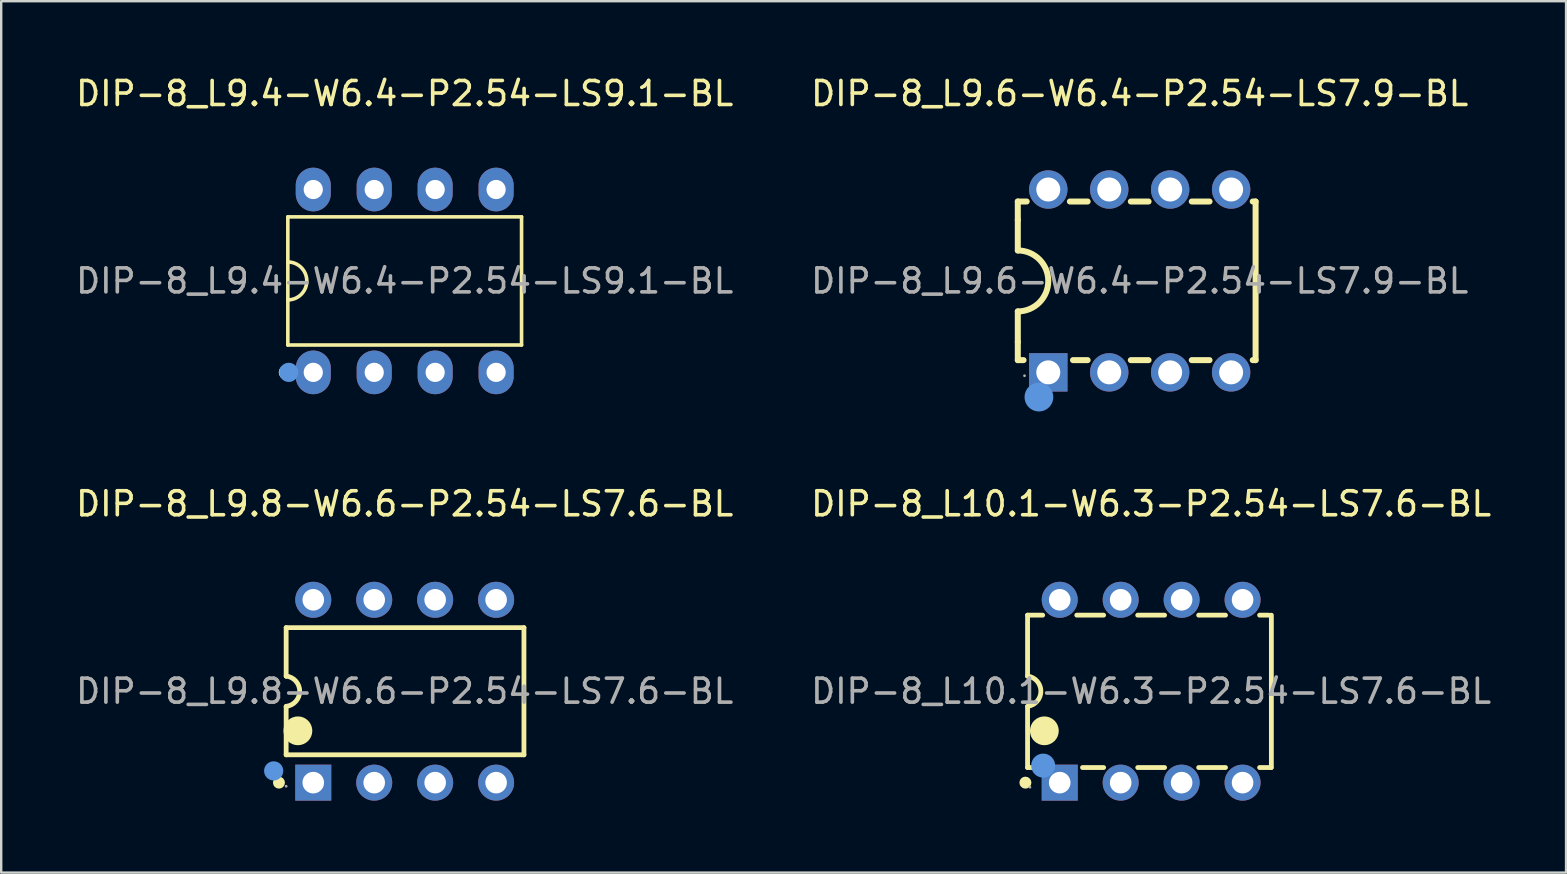
<source format=kicad_pcb>
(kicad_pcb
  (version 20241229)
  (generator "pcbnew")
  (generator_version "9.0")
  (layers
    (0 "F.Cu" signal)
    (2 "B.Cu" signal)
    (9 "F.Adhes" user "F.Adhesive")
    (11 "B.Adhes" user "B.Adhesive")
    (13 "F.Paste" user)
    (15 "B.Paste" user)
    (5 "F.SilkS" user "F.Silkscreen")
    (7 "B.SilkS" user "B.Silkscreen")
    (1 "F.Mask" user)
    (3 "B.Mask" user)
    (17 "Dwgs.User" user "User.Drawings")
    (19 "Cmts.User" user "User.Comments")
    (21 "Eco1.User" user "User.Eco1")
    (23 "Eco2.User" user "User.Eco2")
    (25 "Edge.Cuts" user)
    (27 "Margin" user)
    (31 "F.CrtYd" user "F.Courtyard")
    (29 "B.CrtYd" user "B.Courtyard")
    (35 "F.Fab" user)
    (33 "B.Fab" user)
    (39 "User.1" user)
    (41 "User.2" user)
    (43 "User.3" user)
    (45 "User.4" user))
  (footprint "DIP-8_L9.8-W6.6-P2.54-LS7.6-BL"
    (layer "F.Cu")
    (at 13.815 25.756)
    (property "Reference" "DIP-8_L9.8-W6.6-P2.54-LS7.6-BL" (at 0 -7.81 0) (layer "F.SilkS") (effects (font (size 1 1) (thickness 0.15))))
    (attr through_hole)
    (fp_line (start -4.94 -2.65) (end 4.97 -2.65) (stroke (width 0.2) (type solid)) (layer "F.SilkS"))
    (fp_line (start -4.94 -0.63) (end -4.94 -2.65) (stroke (width 0.2) (type solid)) (layer "F.SilkS"))
    (fp_line (start -4.94 0.64) (end -4.93 0.64) (stroke (width 0.2) (type solid)) (layer "F.SilkS"))
    (fp_line (start -4.94 2.65) (end -4.94 0.64) (stroke (width 0.2) (type solid)) (layer "F.SilkS"))
    (fp_line (start -4.93 -0.64) (end -4.94 -0.63) (stroke (width 0.2) (type solid)) (layer "F.SilkS"))
    (fp_line (start 4.97 -2.65) (end 4.97 2.65) (stroke (width 0.2) (type solid)) (layer "F.SilkS"))
    (fp_line (start 4.97 2.65) (end -4.94 2.65) (stroke (width 0.2) (type solid)) (layer "F.SilkS"))
    (fp_arc (start -5.24 3.81) (mid -5.24 3.81) (end -5.24 3.81) (stroke (width 0.25) (type solid)) (layer "F.SilkS"))
    (fp_arc (start -4.93 -0.63) (mid -4.374941 0.000797) (end -4.931582 0.630199) (stroke (width 0.2) (type solid)) (layer "F.SilkS"))
    (fp_arc (start -4.45 1.65) (mid -4.45 1.65) (end -4.45 1.65) (stroke (width 0.6) (type solid)) (layer "F.SilkS"))
    (fp_circle (center -5.46 3.32) (end -5.26 3.32) (stroke (width 0.4) (type solid)) (fill no) (layer "Cmts.User"))
    (fp_circle (center -4.94 3.96) (end -4.91 3.96) (stroke (width 0.06) (type solid)) (fill no) (layer "F.Fab"))
    (fp_text user "${REFERENCE}" (at 0 0 0) (layer "F.Fab") (effects (font (size 1 1) (thickness 0.15))))
    (pad "1" thru_hole rect (at -3.81 3.81) (size 1.5 1.5) (drill 0.9) (layers "*.Cu" "*.Paste" "*.Mask"))
    (pad "2" thru_hole circle (at -1.27 3.81 90) (size 1.5 1.5) (drill 0.9) (layers "*.Cu" "*.Paste" "*.Mask"))
    (pad "3" thru_hole circle (at 1.27 3.81 90) (size 1.5 1.5) (drill 0.9) (layers "*.Cu" "*.Paste" "*.Mask"))
    (pad "4" thru_hole circle (at 3.81 3.81 90) (size 1.5 1.5) (drill 0.9) (layers "*.Cu" "*.Paste" "*.Mask"))
    (pad "5" thru_hole circle (at 3.81 -3.81 90) (size 1.5 1.5) (drill 0.9) (layers "*.Cu" "*.Paste" "*.Mask"))
    (pad "6" thru_hole circle (at 1.27 -3.81 90) (size 1.5 1.5) (drill 0.9) (layers "*.Cu" "*.Paste" "*.Mask"))
    (pad "7" thru_hole circle (at -1.27 -3.81 90) (size 1.5 1.5) (drill 0.9) (layers "*.Cu" "*.Paste" "*.Mask"))
    (pad "8" thru_hole circle (at -3.81 -3.81 90) (size 1.5 1.5) (drill 0.9) (layers "*.Cu" "*.Paste" "*.Mask")))
  (footprint "DIP-8_L9.6-W6.4-P2.54-LS7.9-BL"
    (layer "F.Cu")
    (at 44.446 8.658)
    (property "Reference" "DIP-8_L9.6-W6.4-P2.54-LS7.9-BL" (at 0 -7.81 0) (layer "F.SilkS") (effects (font (size 1 1) (thickness 0.15))))
    (attr through_hole)
    (fp_line (start -5.08 -3.31) (end -4.71 -3.31) (stroke (width 0.25) (type solid)) (layer "F.SilkS"))
    (fp_line (start -5.08 -2.54) (end -5.08 -3.31) (stroke (width 0.25) (type solid)) (layer "F.SilkS"))
    (fp_line (start -5.08 -1.27) (end -5.08 -2.54) (stroke (width 0.25) (type solid)) (layer "F.SilkS"))
    (fp_line (start -5.08 2.54) (end -5.08 1.27) (stroke (width 0.25) (type solid)) (layer "F.SilkS"))
    (fp_line (start -5.08 3.3) (end -5.08 2.54) (stroke (width 0.25) (type solid)) (layer "F.SilkS"))
    (fp_line (start -4.84 3.3) (end -5.08 3.3) (stroke (width 0.25) (type solid)) (layer "F.SilkS"))
    (fp_line (start -2.91 -3.31) (end -2.17 -3.31) (stroke (width 0.25) (type solid)) (layer "F.SilkS"))
    (fp_line (start -2.17 3.3) (end -2.78 3.3) (stroke (width 0.25) (type solid)) (layer "F.SilkS"))
    (fp_line (start -0.37 -3.31) (end 0.37 -3.31) (stroke (width 0.25) (type solid)) (layer "F.SilkS"))
    (fp_line (start 0.37 3.3) (end -0.37 3.3) (stroke (width 0.25) (type solid)) (layer "F.SilkS"))
    (fp_line (start 2.17 -3.31) (end 2.91 -3.31) (stroke (width 0.25) (type solid)) (layer "F.SilkS"))
    (fp_line (start 2.91 3.3) (end 2.17 3.3) (stroke (width 0.25) (type solid)) (layer "F.SilkS"))
    (fp_line (start 4.71 -3.31) (end 4.83 -3.31) (stroke (width 0.25) (type solid)) (layer "F.SilkS"))
    (fp_line (start 4.83 -3.31) (end 4.83 3.3) (stroke (width 0.25) (type solid)) (layer "F.SilkS"))
    (fp_line (start 4.83 3.3) (end 4.71 3.3) (stroke (width 0.25) (type solid)) (layer "F.SilkS"))
    (fp_arc (start -5.08 -1.27) (mid -3.81 0) (end -5.08 1.27) (stroke (width 0.25) (type solid)) (layer "F.SilkS"))
    (fp_circle (center -4.2 4.84) (end -3.9 4.84) (stroke (width 0.6) (type solid)) (fill no) (layer "Cmts.User"))
    (fp_circle (center -4.8 3.95) (end -4.77 3.95) (stroke (width 0.06) (type solid)) (fill no) (layer "F.Fab"))
    (fp_text user "${REFERENCE}" (at 0 0 0) (layer "F.Fab") (effects (font (size 1 1) (thickness 0.15))))
    (pad "1" thru_hole rect (at -3.81 3.81) (size 1.6 1.6) (drill 1) (layers "*.Cu" "*.Paste" "*.Mask"))
    (pad "2" thru_hole circle (at -1.27 3.81) (size 1.6 1.6) (drill 1) (layers "*.Cu" "*.Paste" "*.Mask"))
    (pad "3" thru_hole circle (at 1.27 3.81) (size 1.6 1.6) (drill 1) (layers "*.Cu" "*.Paste" "*.Mask"))
    (pad "4" thru_hole circle (at 3.81 3.81) (size 1.6 1.6) (drill 1) (layers "*.Cu" "*.Paste" "*.Mask"))
    (pad "5" thru_hole circle (at 3.81 -3.81) (size 1.6 1.6) (drill 1) (layers "*.Cu" "*.Paste" "*.Mask"))
    (pad "6" thru_hole circle (at 1.27 -3.81) (size 1.6 1.6) (drill 1) (layers "*.Cu" "*.Paste" "*.Mask"))
    (pad "7" thru_hole circle (at -1.27 -3.81) (size 1.6 1.6) (drill 1) (layers "*.Cu" "*.Paste" "*.Mask"))
    (pad "8" thru_hole circle (at -3.81 -3.81) (size 1.6 1.6) (drill 1) (layers "*.Cu" "*.Paste" "*.Mask")))
  (footprint "DIP-8_L10.1-W6.3-P2.54-LS7.6-BL"
    (layer "F.Cu")
    (at 44.923 25.756)
    (property "Reference" "DIP-8_L10.1-W6.3-P2.54-LS7.6-BL" (at 0 -7.81 0) (layer "F.SilkS") (effects (font (size 1 1) (thickness 0.15))))
    (attr through_hole)
    (fp_line (start -5.15 -3.17) (end -4.52 -3.17) (stroke (width 0.2) (type solid)) (layer "F.SilkS"))
    (fp_line (start -5.15 -0.63) (end -5.15 -3.17) (stroke (width 0.2) (type solid)) (layer "F.SilkS"))
    (fp_line (start -5.15 3.18) (end -5.15 0.64) (stroke (width 0.2) (type solid)) (layer "F.SilkS"))
    (fp_line (start -4.77 3.18) (end -5.15 3.18) (stroke (width 0.2) (type solid)) (layer "F.SilkS"))
    (fp_line (start -3.1 -3.17) (end -1.98 -3.17) (stroke (width 0.2) (type solid)) (layer "F.SilkS"))
    (fp_line (start -1.98 3.18) (end -2.86 3.18) (stroke (width 0.2) (type solid)) (layer "F.SilkS"))
    (fp_line (start -0.56 -3.17) (end 0.56 -3.17) (stroke (width 0.2) (type solid)) (layer "F.SilkS"))
    (fp_line (start 0.56 3.18) (end -0.56 3.18) (stroke (width 0.2) (type solid)) (layer "F.SilkS"))
    (fp_line (start 1.98 -3.17) (end 3.1 -3.17) (stroke (width 0.2) (type solid)) (layer "F.SilkS"))
    (fp_line (start 3.1 3.18) (end 1.98 3.18) (stroke (width 0.2) (type solid)) (layer "F.SilkS"))
    (fp_line (start 4.52 -3.17) (end 4.9 -3.17) (stroke (width 0.2) (type solid)) (layer "F.SilkS"))
    (fp_line (start 5 3.18) (end 4.52 3.18) (stroke (width 0.2) (type solid)) (layer "F.SilkS"))
    (fp_line (start 5.01 -3.17) (end 5.01 3.18) (stroke (width 0.2) (type solid)) (layer "F.SilkS"))
    (fp_arc (start -5.24 3.81) (mid -5.24 3.81) (end -5.24 3.81) (stroke (width 0.25) (type solid)) (layer "F.SilkS"))
    (fp_arc (start -5.15 -0.63) (mid -4.594941 0.000797) (end -5.151582 0.630199) (stroke (width 0.2) (type solid)) (layer "F.SilkS"))
    (fp_arc (start -4.45 1.65) (mid -4.45 1.65) (end -4.45 1.65) (stroke (width 0.6) (type solid)) (layer "F.SilkS"))
    (fp_circle (center -4.5 3.1) (end -4.25 3.1) (stroke (width 0.5) (type solid)) (fill no) (layer "Cmts.User"))
    (fp_circle (center -5.05 4) (end -5.02 4) (stroke (width 0.06) (type solid)) (fill no) (layer "F.Fab"))
    (fp_circle (center -3.81 -3.75) (end -3.69 -3.75) (stroke (width 0.25) (type solid)) (fill no) (layer "F.Fab"))
    (fp_circle (center -3.81 3.75) (end -3.69 3.75) (stroke (width 0.25) (type solid)) (fill no) (layer "F.Fab"))
    (fp_circle (center -1.27 -3.75) (end -1.15 -3.75) (stroke (width 0.25) (type solid)) (fill no) (layer "F.Fab"))
    (fp_circle (center -1.27 3.75) (end -1.15 3.75) (stroke (width 0.25) (type solid)) (fill no) (layer "F.Fab"))
    (fp_circle (center 1.27 -3.75) (end 1.39 -3.75) (stroke (width 0.25) (type solid)) (fill no) (layer "F.Fab"))
    (fp_circle (center 1.27 3.75) (end 1.39 3.75) (stroke (width 0.25) (type solid)) (fill no) (layer "F.Fab"))
    (fp_circle (center 3.81 -3.75) (end 3.93 -3.75) (stroke (width 0.25) (type solid)) (fill no) (layer "F.Fab"))
    (fp_circle (center 3.81 3.75) (end 3.93 3.75) (stroke (width 0.25) (type solid)) (fill no) (layer "F.Fab"))
    (fp_text user "${REFERENCE}" (at 0 0 0) (layer "F.Fab") (effects (font (size 1 1) (thickness 0.15))))
    (pad "1" thru_hole rect (at -3.81 3.81) (size 1.5 1.5) (drill 0.9) (layers "*.Cu" "*.Paste" "*.Mask"))
    (pad "2" thru_hole circle (at -1.27 3.81) (size 1.5 1.5) (drill 0.9) (layers "*.Cu" "*.Paste" "*.Mask"))
    (pad "3" thru_hole circle (at 1.27 3.81) (size 1.5 1.5) (drill 0.9) (layers "*.Cu" "*.Paste" "*.Mask"))
    (pad "4" thru_hole circle (at 3.81 3.81) (size 1.5 1.5) (drill 0.9) (layers "*.Cu" "*.Paste" "*.Mask"))
    (pad "5" thru_hole circle (at 3.81 -3.81) (size 1.5 1.5) (drill 0.9) (layers "*.Cu" "*.Paste" "*.Mask"))
    (pad "6" thru_hole circle (at 1.27 -3.81) (size 1.5 1.5) (drill 0.9) (layers "*.Cu" "*.Paste" "*.Mask"))
    (pad "7" thru_hole circle (at -1.27 -3.81) (size 1.5 1.5) (drill 0.9) (layers "*.Cu" "*.Paste" "*.Mask"))
    (pad "8" thru_hole circle (at -3.81 -3.81) (size 1.5 1.5) (drill 0.9) (layers "*.Cu" "*.Paste" "*.Mask")))
  (footprint "DIP-8_L9.4-W6.4-P2.54-LS9.1-BL"
    (layer "F.Cu")
    (at 13.815 8.658)
    (property "Reference" "DIP-8_L9.4-W6.4-P2.54-LS9.1-BL" (at 0 -7.81 0) (layer "F.SilkS") (effects (font (size 1 1) (thickness 0.15))))
    (attr through_hole)
    (fp_line (start -4.87 -2.67) (end 4.87 -2.67) (stroke (width 0.15) (type solid)) (layer "F.SilkS"))
    (fp_line (start -4.87 2.67) (end -4.87 -2.67) (stroke (width 0.15) (type solid)) (layer "F.SilkS"))
    (fp_line (start 4.87 -2.67) (end 4.87 2.67) (stroke (width 0.15) (type solid)) (layer "F.SilkS"))
    (fp_line (start 4.87 2.67) (end -4.87 2.67) (stroke (width 0.15) (type solid)) (layer "F.SilkS"))
    (fp_arc (start -4.87 -0.79) (mid -4.08 0) (end -4.87 0.79) (stroke (width 0.15) (type solid)) (layer "F.SilkS"))
    (fp_circle (center -4.95 3.81) (end -4.8 3.81) (stroke (width 0.3) (type solid)) (fill no) (layer "F.SilkS"))
    (fp_circle (center -4.83 3.81) (end -4.63 3.81) (stroke (width 0.4) (type solid)) (fill no) (layer "Cmts.User"))
    (fp_circle (center -4.8 3.93) (end -4.77 3.93) (stroke (width 0.06) (type solid)) (fill no) (layer "F.Fab"))
    (fp_text user "${REFERENCE}" (at 0 0 0) (layer "F.Fab") (effects (font (size 1 1) (thickness 0.15))))
    (pad "1" thru_hole oval (at -3.81 3.81) (size 1.46 1.82) (drill 0.8) (layers "*.Cu" "*.Paste" "*.Mask"))
    (pad "2" thru_hole oval (at -1.27 3.81) (size 1.46 1.82) (drill 0.8) (layers "*.Cu" "*.Paste" "*.Mask"))
    (pad "3" thru_hole oval (at 1.27 3.81) (size 1.46 1.82) (drill 0.8) (layers "*.Cu" "*.Paste" "*.Mask"))
    (pad "4" thru_hole oval (at 3.81 3.81) (size 1.46 1.82) (drill 0.8) (layers "*.Cu" "*.Paste" "*.Mask"))
    (pad "5" thru_hole oval (at 3.81 -3.81) (size 1.46 1.82) (drill 0.8) (layers "*.Cu" "*.Paste" "*.Mask"))
    (pad "6" thru_hole oval (at 1.27 -3.81) (size 1.46 1.82) (drill 0.8) (layers "*.Cu" "*.Paste" "*.Mask"))
    (pad "7" thru_hole oval (at -1.27 -3.81) (size 1.46 1.82) (drill 0.8) (layers "*.Cu" "*.Paste" "*.Mask"))
    (pad "8" thru_hole oval (at -3.81 -3.81) (size 1.46 1.82) (drill 0.8) (layers "*.Cu" "*.Paste" "*.Mask")))
  (gr_rect
    (start -3 -3)
    (end 62.214 33.316)
    (stroke (width 0.1) (type default))
    (fill no)
    (layer "Edge.Cuts")))
</source>
